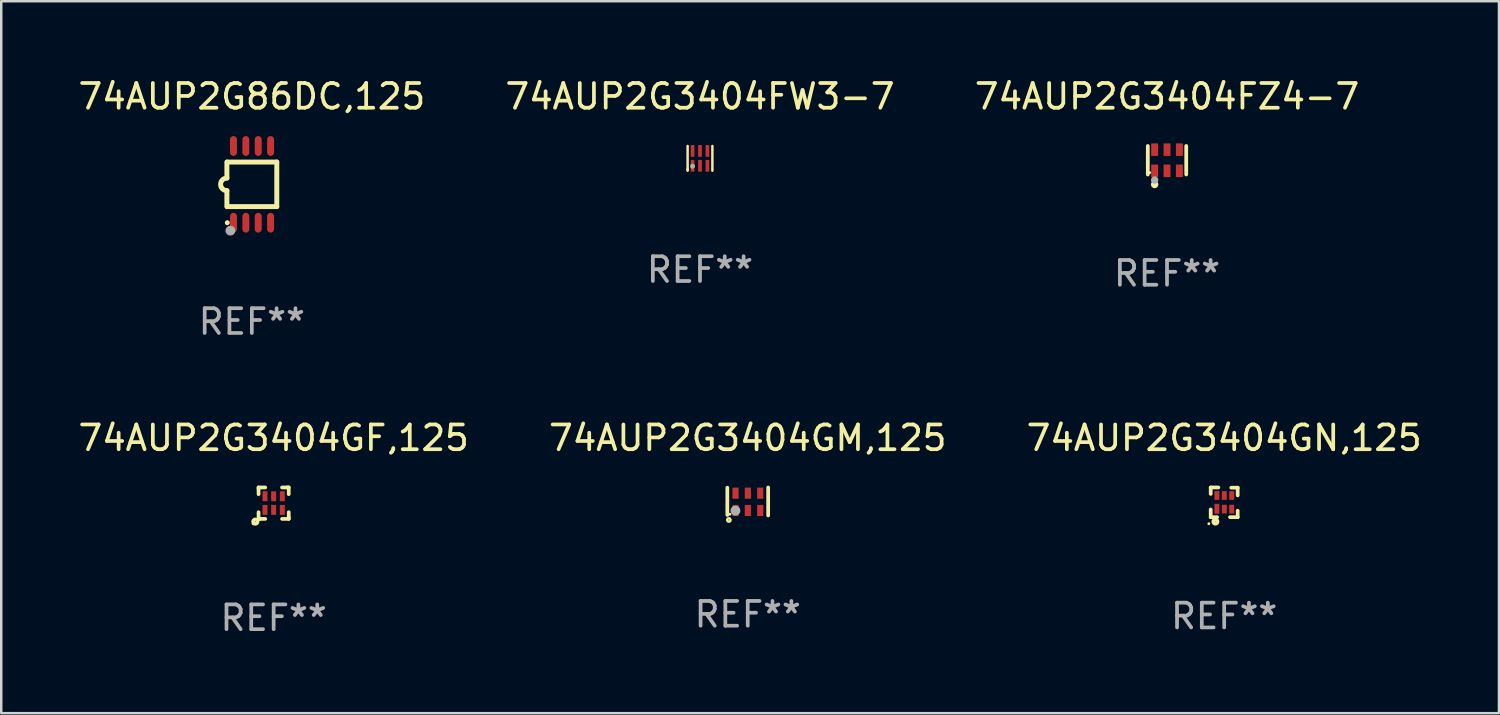
<source format=kicad_pcb>
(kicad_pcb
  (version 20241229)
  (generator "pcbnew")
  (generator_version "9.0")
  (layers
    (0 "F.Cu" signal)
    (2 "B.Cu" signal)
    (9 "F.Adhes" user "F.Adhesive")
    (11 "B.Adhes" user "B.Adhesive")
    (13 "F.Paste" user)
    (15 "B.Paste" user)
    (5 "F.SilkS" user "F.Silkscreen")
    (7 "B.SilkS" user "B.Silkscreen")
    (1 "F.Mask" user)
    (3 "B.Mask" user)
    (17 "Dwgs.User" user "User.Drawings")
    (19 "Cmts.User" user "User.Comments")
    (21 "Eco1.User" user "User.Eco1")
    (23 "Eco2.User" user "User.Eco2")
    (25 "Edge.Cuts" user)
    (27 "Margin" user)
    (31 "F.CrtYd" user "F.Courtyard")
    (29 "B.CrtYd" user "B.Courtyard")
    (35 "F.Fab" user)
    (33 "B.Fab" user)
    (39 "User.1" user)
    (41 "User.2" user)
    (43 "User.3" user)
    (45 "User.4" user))
  (footprint "74AUP2G3404FZ4-7"
    (layer "F.Cu")
    (at 44.101 3.424)
    (property "Reference" "74AUP2G3404FZ4-7" (at 0 -2.576 0) (layer "F.SilkS") (effects (font (size 1 1) (thickness 0.15))))
    (attr through_hole)
    (fp_line (start -0.776 0.576) (end -0.776 -0.576) (stroke (width 0.152) (type solid)) (layer "F.SilkS"))
    (fp_line (start 0.776 0.576) (end 0.776 -0.576) (stroke (width 0.152) (type solid)) (layer "F.SilkS"))
    (fp_circle (center -0.7 0.5) (end -0.67 0.5) (stroke (width 0.06) (type solid)) (fill no) (layer "F.SilkS"))
    (fp_circle (center -0.5 0.98) (end -0.425 0.98) (stroke (width 0.15) (type solid)) (fill no) (layer "F.SilkS"))
    (fp_circle (center -0.5 0.8) (end -0.425 0.8) (stroke (width 0.15) (type solid)) (fill no) (layer "F.Fab"))
    (fp_text user "REF**" (at 0 4.576 0) (layer "F.Fab") (effects (font (size 1 1) (thickness 0.15))))
    (pad "1" smd rect (at -0.5 0.427) (size 0.28 0.505) (layers "F.Cu" "F.Mask" "F.Paste"))
    (pad "2" smd rect (at 0 0.427) (size 0.28 0.505) (layers "F.Cu" "F.Mask" "F.Paste"))
    (pad "3" smd rect (at 0.5 0.427) (size 0.28 0.505) (layers "F.Cu" "F.Mask" "F.Paste"))
    (pad "4" smd rect (at 0.5 -0.427) (size 0.28 0.505) (layers "F.Cu" "F.Mask" "F.Paste"))
    (pad "5" smd rect (at 0 -0.427) (size 0.28 0.505) (layers "F.Cu" "F.Mask" "F.Paste"))
    (pad "6" smd rect (at -0.5 -0.427) (size 0.28 0.505) (layers "F.Cu" "F.Mask" "F.Paste")))
  (footprint "74AUP2G3404FW3-7"
    (layer "F.Cu")
    (at 25.232 3.348)
    (property "Reference" "74AUP2G3404FW3-7" (at 0 -2.5 0) (layer "F.SilkS") (effects (font (size 1 1) (thickness 0.15))))
    (attr through_hole)
    (fp_line (start -0.5 -0.5) (end -0.5 0.5) (stroke (width 0.1) (type solid)) (layer "F.SilkS"))
    (fp_line (start 0.5 0.5) (end 0.5 -0.5) (stroke (width 0.1) (type solid)) (layer "F.SilkS"))
    (fp_circle (center -0.5 0.45) (end -0.47 0.45) (stroke (width 0.06) (type solid)) (fill no) (layer "F.SilkS"))
    (fp_circle (center -0.299 0.317) (end -0.249 0.317) (stroke (width 0.1) (type solid)) (fill no) (layer "F.Fab"))
    (fp_text user "REF**" (at 0 4.5 0) (layer "F.Fab") (effects (font (size 1 1) (thickness 0.15))))
    (pad "1" smd rect (at -0.3 0.3 180) (size 0.15 0.475) (layers "F.Cu" "F.Mask" "F.Paste"))
    (pad "2" smd rect (at 0.000254 0.3 180) (size 0.15 0.475) (layers "F.Cu" "F.Mask" "F.Paste"))
    (pad "3" smd rect (at 0.3 0.3 180) (size 0.15 0.475) (layers "F.Cu" "F.Mask" "F.Paste"))
    (pad "4" smd rect (at 0.3 -0.3 180) (size 0.15 0.475) (layers "F.Cu" "F.Mask" "F.Paste"))
    (pad "5" smd rect (at 0 -0.3 180) (size 0.15 0.475) (layers "F.Cu" "F.Mask" "F.Paste"))
    (pad "6" smd rect (at -0.3 -0.3 180) (size 0.15 0.475) (layers "F.Cu" "F.Mask" "F.Paste")))
  (footprint "74AUP2G3404GF,125"
    (layer "F.Cu")
    (at 8.006 17.28)
    (property "Reference" "74AUP2G3404GF,125" (at 0 -2.635 0) (layer "F.SilkS") (effects (font (size 1 1) (thickness 0.15))))
    (attr through_hole)
    (fp_line (start -0.61 0.635) (end -0.61 0.365) (stroke (width 0.15) (type solid)) (layer "F.SilkS"))
    (fp_line (start -0.61 -0.635) (end -0.34 -0.635) (stroke (width 0.15) (type solid)) (layer "F.SilkS"))
    (fp_line (start -0.61 -0.585) (end -0.61 -0.635) (stroke (width 0.15) (type solid)) (layer "F.SilkS"))
    (fp_line (start -0.61 -0.365) (end -0.61 -0.585) (stroke (width 0.15) (type solid)) (layer "F.SilkS"))
    (fp_line (start -0.56 0.635) (end -0.61 0.635) (stroke (width 0.15) (type solid)) (layer "F.SilkS"))
    (fp_line (start -0.34 0.635) (end -0.56 0.635) (stroke (width 0.15) (type solid)) (layer "F.SilkS"))
    (fp_line (start 0.34 -0.635) (end 0.56 -0.635) (stroke (width 0.15) (type solid)) (layer "F.SilkS"))
    (fp_line (start 0.56 -0.635) (end 0.61 -0.635) (stroke (width 0.15) (type solid)) (layer "F.SilkS"))
    (fp_line (start 0.61 -0.635) (end 0.61 -0.365) (stroke (width 0.15) (type solid)) (layer "F.SilkS"))
    (fp_line (start 0.61 0.365) (end 0.61 0.585) (stroke (width 0.15) (type solid)) (layer "F.SilkS"))
    (fp_line (start 0.61 0.585) (end 0.61 0.635) (stroke (width 0.15) (type solid)) (layer "F.SilkS"))
    (fp_line (start 0.61 0.635) (end 0.34 0.635) (stroke (width 0.15) (type solid)) (layer "F.SilkS"))
    (fp_circle (center -0.829 0.834) (end -0.799 0.834) (stroke (width 0.06) (type solid)) (fill no) (layer "F.SilkS"))
    (fp_circle (center -0.74 0.745) (end -0.726 0.745) (stroke (width 0.15) (type solid)) (fill no) (layer "F.SilkS"))
    (fp_text user "REF**" (at 0 4.635 0) (layer "F.Fab") (effects (font (size 1 1) (thickness 0.15))))
    (pad "1" smd rect (at -0.35 0.27) (size 0.2 0.4) (layers "F.Cu" "F.Mask" "F.Paste"))
    (pad "2" smd rect (at -0.000051 0.27) (size 0.2 0.4) (layers "F.Cu" "F.Mask" "F.Paste"))
    (pad "3" smd rect (at 0.35 0.27) (size 0.2 0.4) (layers "F.Cu" "F.Mask" "F.Paste"))
    (pad "4" smd rect (at 0.35 -0.28) (size 0.2 0.4) (layers "F.Cu" "F.Mask" "F.Paste"))
    (pad "5" smd rect (at -0.000051 -0.28) (size 0.2 0.4) (layers "F.Cu" "F.Mask" "F.Paste"))
    (pad "6" smd rect (at -0.35 -0.28) (size 0.2 0.4) (layers "F.Cu" "F.Mask" "F.Paste")))
  (footprint "74AUP2G86DC,125"
    (layer "F.Cu")
    (at 7.125 4.398)
    (property "Reference" "74AUP2G86DC,125" (at 0 -3.55 0) (layer "F.SilkS") (effects (font (size 1 1) (thickness 0.15))))
    (attr through_hole)
    (fp_line (start -1.008 -0.254) (end -1.008 -0.9) (stroke (width 0.2) (type solid)) (layer "F.SilkS"))
    (fp_line (start -1.008 0.254) (end -1.008 0.9) (stroke (width 0.2) (type solid)) (layer "F.SilkS"))
    (fp_line (start -0.992 0.9) (end 1.008 0.9) (stroke (width 0.2) (type solid)) (layer "F.SilkS"))
    (fp_line (start 1.008 -0.9) (end -0.992 -0.9) (stroke (width 0.2) (type solid)) (layer "F.SilkS"))
    (fp_line (start 1.008 0.9) (end 1.008 -0.9) (stroke (width 0.2) (type solid)) (layer "F.SilkS"))
    (fp_arc (start -1.008001 0.254001) (mid -1.262002 0) (end -1.008001 -0.254001) (stroke (width 0.2) (type solid)) (layer "F.SilkS"))
    (fp_circle (center -0.992 1.55) (end -0.942 1.55) (stroke (width 0.1) (type solid)) (fill no) (layer "F.SilkS"))
    (fp_circle (center -0.866 1.87) (end -0.766 1.87) (stroke (width 0.2) (type solid)) (fill no) (layer "F.Fab"))
    (fp_text user "REF**" (at 0 5.55 0) (layer "F.Fab") (effects (font (size 1 1) (thickness 0.15))))
    (pad "1" smd oval (at -0.742 1.55 270) (size 0.8 0.28) (layers "F.Cu" "F.Mask" "F.Paste"))
    (pad "2" smd oval (at -0.242 1.55 270) (size 0.8 0.28) (layers "F.Cu" "F.Mask" "F.Paste"))
    (pad "3" smd oval (at 0.258 1.55 270) (size 0.8 0.28) (layers "F.Cu" "F.Mask" "F.Paste"))
    (pad "4" smd oval (at 0.758 1.55 270) (size 0.8 0.28) (layers "F.Cu" "F.Mask" "F.Paste"))
    (pad "5" smd oval (at 0.758 -1.55 270) (size 0.8 0.28) (layers "F.Cu" "F.Mask" "F.Paste"))
    (pad "6" smd oval (at 0.258 -1.55 270) (size 0.8 0.28) (layers "F.Cu" "F.Mask" "F.Paste"))
    (pad "7" smd oval (at -0.242 -1.55 270) (size 0.8 0.28) (layers "F.Cu" "F.Mask" "F.Paste"))
    (pad "8" smd oval (at -0.742 -1.55 270) (size 0.8 0.28) (layers "F.Cu" "F.Mask" "F.Paste")))
  (footprint "74AUP2G3404GN,125"
    (layer "F.Cu")
    (at 46.411 17.245)
    (property "Reference" "74AUP2G3404GN,125" (at 0 -2.6 0) (layer "F.SilkS") (effects (font (size 1 1) (thickness 0.15))))
    (attr through_hole)
    (fp_line (start -0.545 -0.6) (end -0.235 -0.6) (stroke (width 0.15) (type solid)) (layer "F.SilkS"))
    (fp_line (start -0.545 -0.34) (end -0.545 -0.6) (stroke (width 0.15) (type solid)) (layer "F.SilkS"))
    (fp_line (start -0.545 0.6) (end -0.545 0.29) (stroke (width 0.15) (type solid)) (layer "F.SilkS"))
    (fp_line (start -0.285 0.6) (end -0.545 0.6) (stroke (width 0.15) (type solid)) (layer "F.SilkS"))
    (fp_line (start 0.285 -0.59) (end 0.545 -0.59) (stroke (width 0.15) (type solid)) (layer "F.SilkS"))
    (fp_line (start 0.545 -0.59) (end 0.545 -0.28) (stroke (width 0.15) (type solid)) (layer "F.SilkS"))
    (fp_line (start 0.545 0.34) (end 0.545 0.6) (stroke (width 0.15) (type solid)) (layer "F.SilkS"))
    (fp_line (start 0.545 0.6) (end 0.235 0.6) (stroke (width 0.15) (type solid)) (layer "F.SilkS"))
    (fp_circle (center -0.62 0.865) (end -0.59 0.865) (stroke (width 0.06) (type solid)) (fill no) (layer "F.SilkS"))
    (fp_circle (center -0.355 0.78) (end -0.345 0.78) (stroke (width 0.15) (type solid)) (fill no) (layer "F.SilkS"))
    (fp_text user "REF**" (at 0 4.6 0) (layer "F.Fab") (effects (font (size 1 1) (thickness 0.15))))
    (pad "1" smd rect (at -0.295 0.26) (size 0.2 0.4) (layers "F.Cu" "F.Mask" "F.Paste"))
    (pad "2" smd rect (at 0.005 0.275) (size 0.2 0.35) (layers "F.Cu" "F.Mask" "F.Paste"))
    (pad "3" smd rect (at 0.305 0.275) (size 0.2 0.35) (layers "F.Cu" "F.Mask" "F.Paste"))
    (pad "4" smd rect (at 0.305 -0.275) (size 0.2 0.35) (layers "F.Cu" "F.Mask" "F.Paste"))
    (pad "5" smd rect (at 0.005 -0.275) (size 0.2 0.35) (layers "F.Cu" "F.Mask" "F.Paste"))
    (pad "6" smd rect (at -0.295 -0.275) (size 0.2 0.35) (layers "F.Cu" "F.Mask" "F.Paste")))
  (footprint "74AUP2G3404GM,125"
    (layer "F.Cu")
    (at 27.161 17.21)
    (property "Reference" "74AUP2G3404GM,125" (at 0 -2.565 0) (layer "F.SilkS") (effects (font (size 1 1) (thickness 0.15))))
    (attr through_hole)
    (fp_line (start -0.825 -0.555) (end -0.825 0.545) (stroke (width 0.15) (type solid)) (layer "F.SilkS"))
    (fp_line (start 0.825 -0.565) (end 0.825 0.565) (stroke (width 0.15) (type solid)) (layer "F.SilkS"))
    (fp_circle (center -0.763 0.749) (end -0.695 0.749) (stroke (width 0.1) (type solid)) (fill no) (layer "F.SilkS"))
    (fp_circle (center -0.72 0.515) (end -0.69 0.515) (stroke (width 0.06) (type solid)) (fill no) (layer "F.SilkS"))
    (fp_circle (center -0.496 0.371) (end -0.396 0.371) (stroke (width 0.2) (type solid)) (fill no) (layer "F.Fab"))
    (fp_text user "REF**" (at 0 4.565 0) (layer "F.Fab") (effects (font (size 1 1) (thickness 0.15))))
    (pad "1" smd rect (at -0.495 0.365) (size 0.25 0.45) (layers "F.Cu" "F.Mask" "F.Paste"))
    (pad "2" smd rect (at 0.005 0.365) (size 0.25 0.45) (layers "F.Cu" "F.Mask" "F.Paste"))
    (pad "3" smd rect (at 0.505 0.365) (size 0.25 0.45) (layers "F.Cu" "F.Mask" "F.Paste"))
    (pad "4" smd rect (at 0.505 -0.335) (size 0.25 0.45) (layers "F.Cu" "F.Mask" "F.Paste"))
    (pad "5" smd rect (at 0.005 -0.335) (size 0.25 0.45) (layers "F.Cu" "F.Mask" "F.Paste"))
    (pad "6" smd rect (at -0.495 -0.335) (size 0.25 0.45) (layers "F.Cu" "F.Mask" "F.Paste")))
  (gr_rect
    (start -3 -3)
    (end 57.512 25.763)
    (stroke (width 0.1) (type default))
    (fill no)
    (layer "Edge.Cuts")))
</source>
